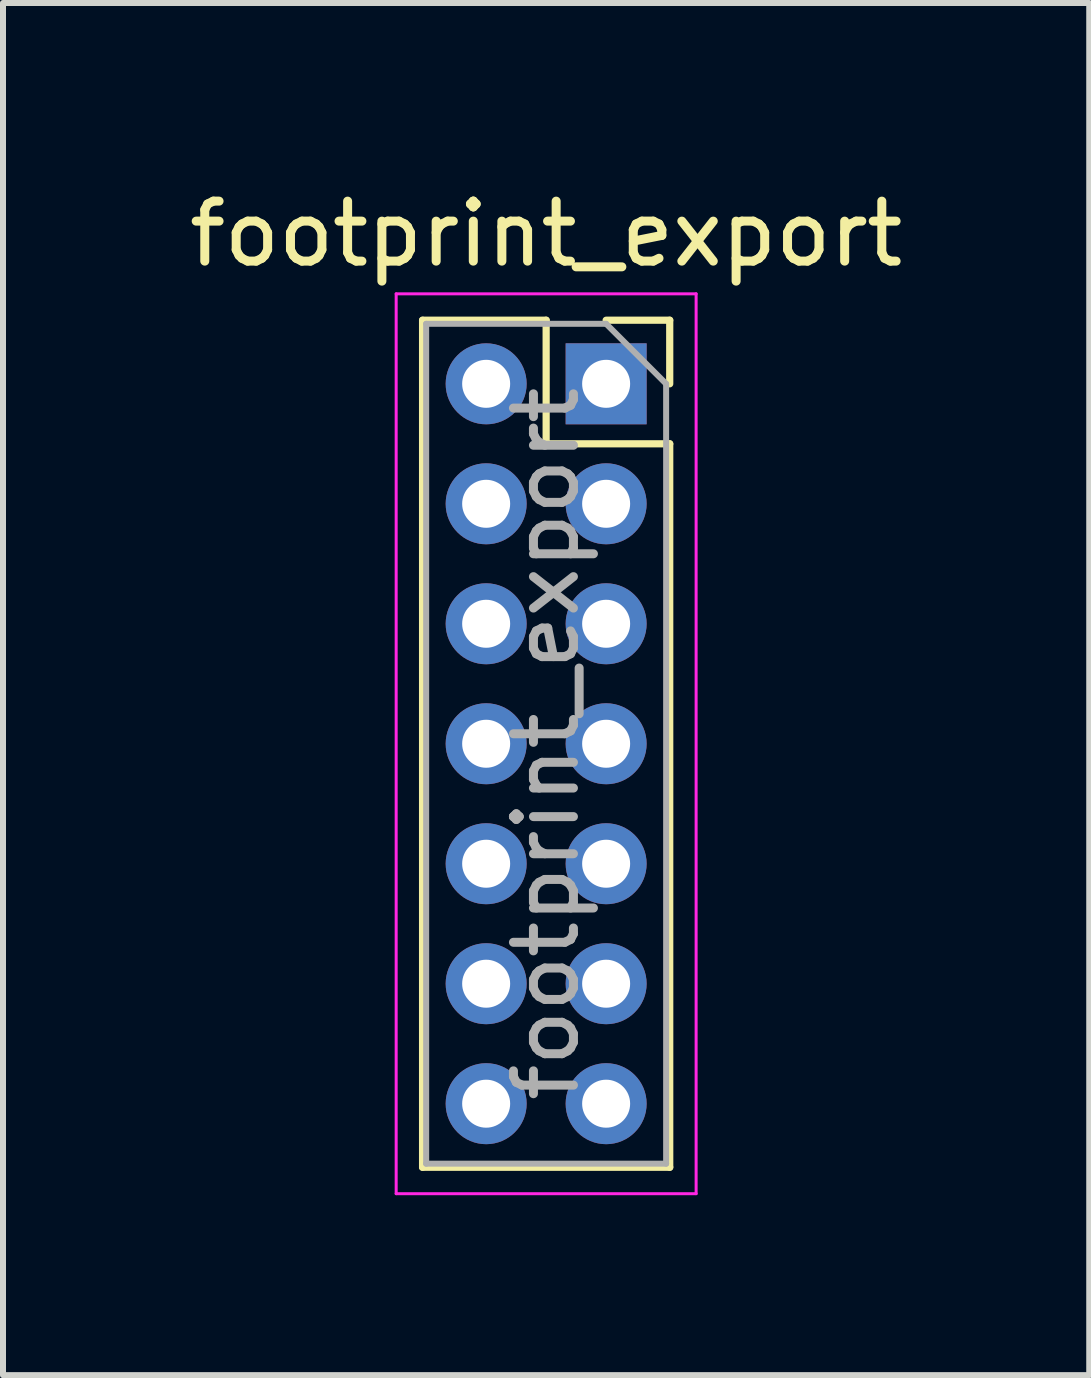
<source format=kicad_pcb>
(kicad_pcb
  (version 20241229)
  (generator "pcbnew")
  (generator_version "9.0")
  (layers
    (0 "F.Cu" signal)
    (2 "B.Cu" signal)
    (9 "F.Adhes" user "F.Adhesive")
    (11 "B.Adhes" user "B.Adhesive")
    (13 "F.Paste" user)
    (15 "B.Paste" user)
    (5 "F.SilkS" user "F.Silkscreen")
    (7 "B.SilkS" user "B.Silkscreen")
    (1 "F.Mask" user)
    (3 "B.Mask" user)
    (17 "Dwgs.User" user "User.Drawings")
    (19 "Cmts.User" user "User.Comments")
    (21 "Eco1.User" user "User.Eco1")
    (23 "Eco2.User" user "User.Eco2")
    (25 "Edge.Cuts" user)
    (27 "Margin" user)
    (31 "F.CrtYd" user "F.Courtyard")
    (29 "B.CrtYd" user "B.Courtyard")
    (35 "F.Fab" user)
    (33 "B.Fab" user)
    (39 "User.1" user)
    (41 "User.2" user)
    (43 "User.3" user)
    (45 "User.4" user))
  (footprint "footprint_export"
    (layer "F.Cu")
    (at 7.054 3.348)
    (property "Reference" "footprint_export" (at -1 -2.5 0) (layer "F.SilkS") (effects (font (size 1 1) (thickness 0.15))))
    (attr through_hole)
    (fp_line (start -3.06 -1.06) (end -3.06 13.06) (stroke (width 0.12) (type solid)) (layer "F.SilkS"))
    (fp_line (start -3.06 -1.06) (end -1 -1.06) (stroke (width 0.12) (type solid)) (layer "F.SilkS"))
    (fp_line (start -3.06 13.06) (end 1.06 13.06) (stroke (width 0.12) (type solid)) (layer "F.SilkS"))
    (fp_line (start -1 -1.06) (end -1 1) (stroke (width 0.12) (type solid)) (layer "F.SilkS"))
    (fp_line (start -1 1) (end 1.06 1) (stroke (width 0.12) (type solid)) (layer "F.SilkS"))
    (fp_line (start 0 -1.06) (end 1.06 -1.06) (stroke (width 0.12) (type solid)) (layer "F.SilkS"))
    (fp_line (start 1.06 -1.06) (end 1.06 0) (stroke (width 0.12) (type solid)) (layer "F.SilkS"))
    (fp_line (start 1.06 1) (end 1.06 13.06) (stroke (width 0.12) (type solid)) (layer "F.SilkS"))
    (fp_line (start -3.5 -1.5) (end 1.5 -1.5) (stroke (width 0.05) (type solid)) (layer "F.CrtYd"))
    (fp_line (start -3.5 13.5) (end -3.5 -1.5) (stroke (width 0.05) (type solid)) (layer "F.CrtYd"))
    (fp_line (start 1.5 -1.5) (end 1.5 13.5) (stroke (width 0.05) (type solid)) (layer "F.CrtYd"))
    (fp_line (start 1.5 13.5) (end -3.5 13.5) (stroke (width 0.05) (type solid)) (layer "F.CrtYd"))
    (fp_line (start -3 -1) (end 0 -1) (stroke (width 0.1) (type solid)) (layer "F.Fab"))
    (fp_line (start -3 13) (end -3 -1) (stroke (width 0.1) (type solid)) (layer "F.Fab"))
    (fp_line (start 0 -1) (end 1 0) (stroke (width 0.1) (type solid)) (layer "F.Fab"))
    (fp_line (start 1 0) (end 1 13) (stroke (width 0.1) (type solid)) (layer "F.Fab"))
    (fp_line (start 1 13) (end -3 13) (stroke (width 0.1) (type solid)) (layer "F.Fab"))
    (fp_text user "${REFERENCE}" (at -1 6 90) (layer "F.Fab") (effects (font (size 1 1) (thickness 0.15))))
    (pad "1" thru_hole rect (at 0 0) (size 1.35 1.35) (drill 0.8) (layers "*.Cu" "*.Mask"))
    (pad "2" thru_hole oval (at -2 0) (size 1.35 1.35) (drill 0.8) (layers "*.Cu" "*.Mask"))
    (pad "3" thru_hole oval (at 0 2) (size 1.35 1.35) (drill 0.8) (layers "*.Cu" "*.Mask"))
    (pad "4" thru_hole oval (at -2 2) (size 1.35 1.35) (drill 0.8) (layers "*.Cu" "*.Mask"))
    (pad "5" thru_hole oval (at 0 4) (size 1.35 1.35) (drill 0.8) (layers "*.Cu" "*.Mask"))
    (pad "6" thru_hole oval (at -2 4) (size 1.35 1.35) (drill 0.8) (layers "*.Cu" "*.Mask"))
    (pad "7" thru_hole oval (at 0 6) (size 1.35 1.35) (drill 0.8) (layers "*.Cu" "*.Mask"))
    (pad "8" thru_hole oval (at -2 6) (size 1.35 1.35) (drill 0.8) (layers "*.Cu" "*.Mask"))
    (pad "9" thru_hole oval (at 0 8) (size 1.35 1.35) (drill 0.8) (layers "*.Cu" "*.Mask"))
    (pad "10" thru_hole oval (at -2 8) (size 1.35 1.35) (drill 0.8) (layers "*.Cu" "*.Mask"))
    (pad "11" thru_hole oval (at 0 10) (size 1.35 1.35) (drill 0.8) (layers "*.Cu" "*.Mask"))
    (pad "12" thru_hole oval (at -2 10) (size 1.35 1.35) (drill 0.8) (layers "*.Cu" "*.Mask"))
    (pad "13" thru_hole oval (at 0 12) (size 1.35 1.35) (drill 0.8) (layers "*.Cu" "*.Mask"))
    (pad "14" thru_hole oval (at -2 12) (size 1.35 1.35) (drill 0.8) (layers "*.Cu" "*.Mask")))
  (gr_rect
    (start -3 -3)
    (end 15.107 19.873)
    (stroke (width 0.1) (type default))
    (fill no)
    (layer "Edge.Cuts")))
</source>
